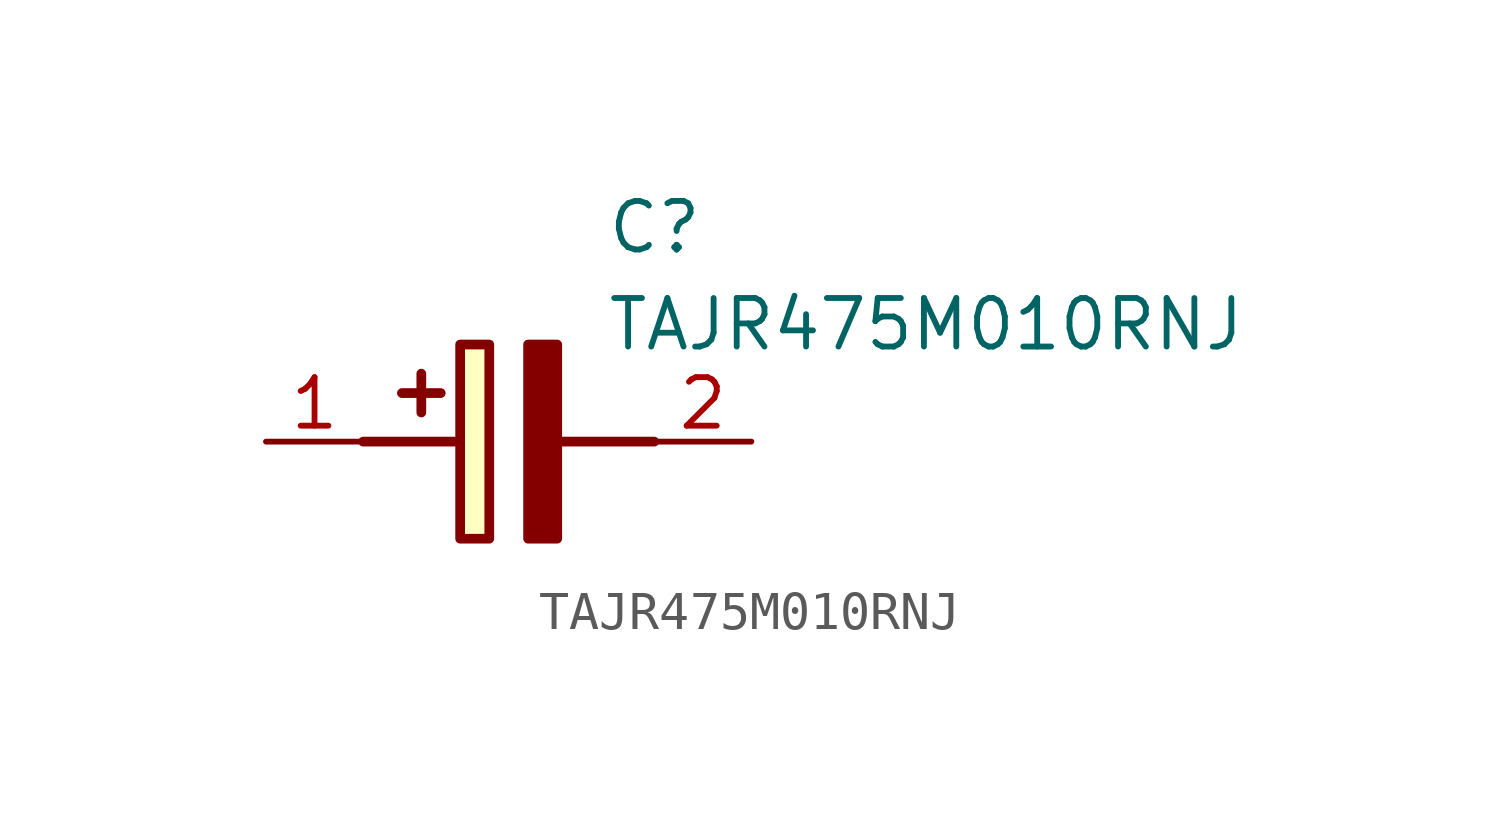
<source format=kicad_sym>
(kicad_symbol_lib
  (version 20211014)
  (generator SamacSys_ECAD_Model)
  (symbol "TAJR475M010RNJ"
    (pin_names hide)
    (property "Reference" "C"
      (at 8.89 6.35 0)
      (effects (font (size 1.27 1.27)) (justify left top)))
    (property "Value" "TAJR475M010RNJ"
      (at 8.89 3.81 0)
      (effects (font (size 1.27 1.27)) (justify left top)))
    (rectangle
      (start 5.08 2.54)
      (end 5.842 -2.54)
      (stroke (width 0.254) (type default))
      (fill (type background)))
    (polyline
      (pts (xy 4.572 1.27) (xy 3.556 1.27))
      (stroke (width 0.254) (type default))
      (fill (type none)))
    (polyline
      (pts (xy 4.064 1.778) (xy 4.064 0.762))
      (stroke (width 0.254) (type default))
      (fill (type none)))
    (polyline
      (pts (xy 2.54 0) (xy 5.08 0))
      (stroke (width 0.254) (type default))
      (fill (type none)))
    (polyline
      (pts (xy 7.62 0) (xy 10.16 0))
      (stroke (width 0.254) (type default))
      (fill (type none)))
    (polyline
      (pts (xy 7.62 2.54) (xy 7.62 -2.54) (xy 6.858 -2.54) (xy 6.858 2.54) (xy 7.62 2.54))
      (stroke (width 0.254) (type default))
      (fill (type outline)))
    (pin passive line
      (at 0 0 0)
      (length 2.54)
      (name "+" (effects (font (size 1.27 1.27))))
      (number "1" (effects (font (size 1.27 1.27)))))
    (pin passive line
      (at 12.7 0 180)
      (length 2.54)
      (name "-" (effects (font (size 1.27 1.27))))
      (number "2" (effects (font (size 1.27 1.27)))))))
</source>
